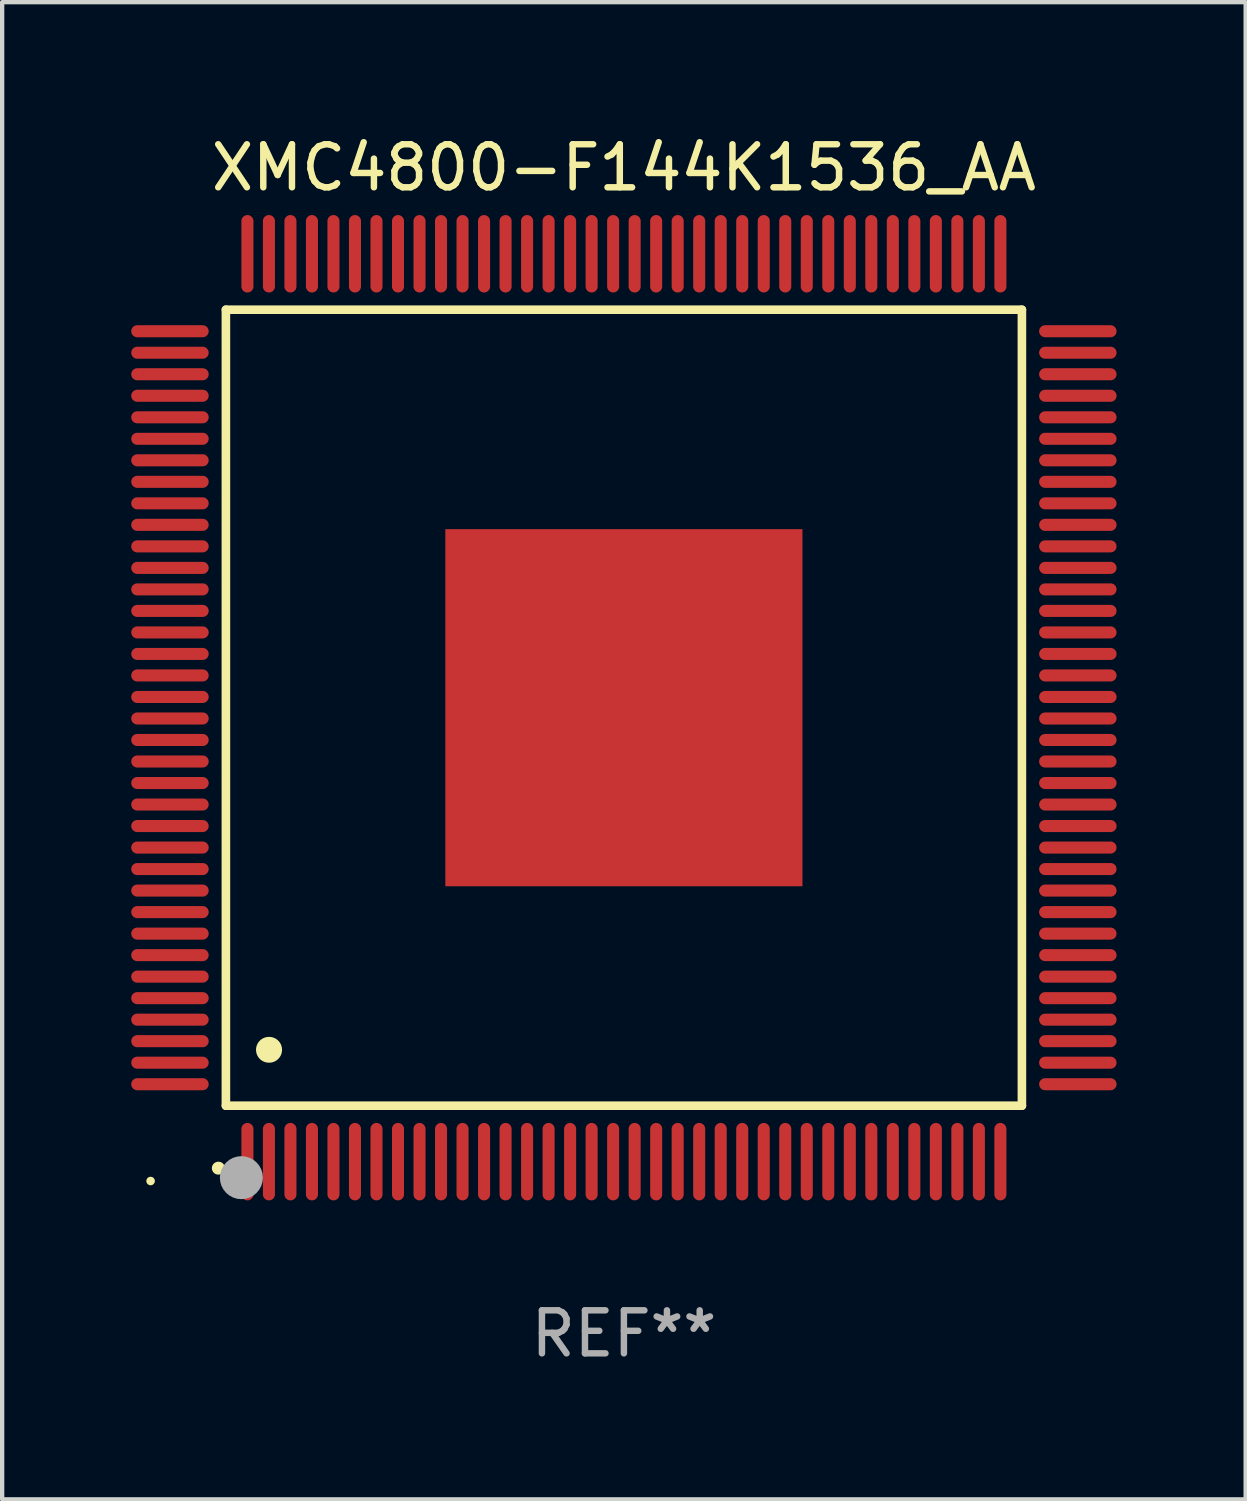
<source format=kicad_pcb>
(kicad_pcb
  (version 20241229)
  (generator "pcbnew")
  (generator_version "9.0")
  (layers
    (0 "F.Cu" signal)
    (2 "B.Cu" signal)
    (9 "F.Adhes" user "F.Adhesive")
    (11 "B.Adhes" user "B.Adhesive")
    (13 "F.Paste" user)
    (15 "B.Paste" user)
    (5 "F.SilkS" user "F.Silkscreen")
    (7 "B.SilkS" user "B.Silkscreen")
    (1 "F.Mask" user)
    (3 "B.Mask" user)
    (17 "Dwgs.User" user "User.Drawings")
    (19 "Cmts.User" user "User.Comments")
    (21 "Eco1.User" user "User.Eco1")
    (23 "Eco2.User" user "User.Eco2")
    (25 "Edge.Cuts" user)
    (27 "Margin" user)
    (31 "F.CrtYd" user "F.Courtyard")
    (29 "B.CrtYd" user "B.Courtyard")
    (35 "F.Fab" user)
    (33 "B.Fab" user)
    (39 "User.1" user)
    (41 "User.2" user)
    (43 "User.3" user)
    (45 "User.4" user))
  (footprint "XMC4800-F144K1536_AA"
    (layer "F.Cu")
    (at 11.45 13.398)
    (property "Reference" "XMC4800-F144K1536_AA" (at 0 -12.55 0) (layer "F.SilkS") (effects (font (size 1 1) (thickness 0.15))))
    (attr through_hole)
    (fp_line (start -9.25 -9.25) (end 9.25 -9.25) (stroke (width 0.2) (type solid)) (layer "F.SilkS"))
    (fp_line (start -9.25 9.25) (end -9.25 -9.25) (stroke (width 0.2) (type solid)) (layer "F.SilkS"))
    (fp_line (start 9.25 -9.25) (end 9.25 9.25) (stroke (width 0.2) (type solid)) (layer "F.SilkS"))
    (fp_line (start 9.25 9.25) (end -9.25 9.25) (stroke (width 0.2) (type solid)) (layer "F.SilkS"))
    (fp_arc (start -9.425959 10.701041) (mid -9.424689 10.701036) (end -9.423419 10.701041) (stroke (width 0.3) (type solid)) (layer "F.SilkS"))
    (fp_arc (start -8.249936 7.950216) (mid -8.247396 7.950205) (end -8.244856 7.950216) (stroke (width 0.6) (type solid)) (layer "F.SilkS"))
    (fp_circle (center -11 11) (end -10.95 11) (stroke (width 0.1) (type solid)) (fill no) (layer "F.SilkS"))
    (fp_circle (center -8.89 10.922) (end -8.64 10.922) (stroke (width 0.5) (type solid)) (fill no) (layer "F.Fab"))
    (fp_text user "REF**" (at 0 14.55 0) (layer "F.Fab") (effects (font (size 1 1) (thickness 0.15))))
    (pad "1" smd oval (at -8.75 10.55) (size 0.28 1.8) (layers "F.Cu" "F.Mask" "F.Paste"))
    (pad "2" smd oval (at -8.25 10.55) (size 0.28 1.8) (layers "F.Cu" "F.Mask" "F.Paste"))
    (pad "3" smd oval (at -7.75 10.55) (size 0.28 1.8) (layers "F.Cu" "F.Mask" "F.Paste"))
    (pad "4" smd oval (at -7.25 10.55) (size 0.28 1.8) (layers "F.Cu" "F.Mask" "F.Paste"))
    (pad "5" smd oval (at -6.75 10.55) (size 0.28 1.8) (layers "F.Cu" "F.Mask" "F.Paste"))
    (pad "6" smd oval (at -6.25 10.55) (size 0.28 1.8) (layers "F.Cu" "F.Mask" "F.Paste"))
    (pad "7" smd oval (at -5.75 10.55) (size 0.28 1.8) (layers "F.Cu" "F.Mask" "F.Paste"))
    (pad "8" smd oval (at -5.25 10.55) (size 0.28 1.8) (layers "F.Cu" "F.Mask" "F.Paste"))
    (pad "9" smd oval (at -4.75 10.55) (size 0.28 1.8) (layers "F.Cu" "F.Mask" "F.Paste"))
    (pad "10" smd oval (at -4.25 10.55) (size 0.28 1.8) (layers "F.Cu" "F.Mask" "F.Paste"))
    (pad "11" smd oval (at -3.75 10.55) (size 0.28 1.8) (layers "F.Cu" "F.Mask" "F.Paste"))
    (pad "12" smd oval (at -3.25 10.55) (size 0.28 1.8) (layers "F.Cu" "F.Mask" "F.Paste"))
    (pad "13" smd oval (at -2.75 10.55) (size 0.28 1.8) (layers "F.Cu" "F.Mask" "F.Paste"))
    (pad "14" smd oval (at -2.25 10.55) (size 0.28 1.8) (layers "F.Cu" "F.Mask" "F.Paste"))
    (pad "15" smd oval (at -1.75 10.55) (size 0.28 1.8) (layers "F.Cu" "F.Mask" "F.Paste"))
    (pad "16" smd oval (at -1.25 10.55) (size 0.28 1.8) (layers "F.Cu" "F.Mask" "F.Paste"))
    (pad "17" smd oval (at -0.75 10.55) (size 0.28 1.8) (layers "F.Cu" "F.Mask" "F.Paste"))
    (pad "18" smd oval (at -0.25 10.55) (size 0.28 1.8) (layers "F.Cu" "F.Mask" "F.Paste"))
    (pad "19" smd oval (at 0.25 10.55) (size 0.28 1.8) (layers "F.Cu" "F.Mask" "F.Paste"))
    (pad "20" smd oval (at 0.75 10.55) (size 0.28 1.8) (layers "F.Cu" "F.Mask" "F.Paste"))
    (pad "21" smd oval (at 1.25 10.55) (size 0.28 1.8) (layers "F.Cu" "F.Mask" "F.Paste"))
    (pad "22" smd oval (at 1.75 10.55) (size 0.28 1.8) (layers "F.Cu" "F.Mask" "F.Paste"))
    (pad "23" smd oval (at 2.25 10.55) (size 0.28 1.8) (layers "F.Cu" "F.Mask" "F.Paste"))
    (pad "24" smd oval (at 2.75 10.55) (size 0.28 1.8) (layers "F.Cu" "F.Mask" "F.Paste"))
    (pad "25" smd oval (at 3.25 10.55) (size 0.28 1.8) (layers "F.Cu" "F.Mask" "F.Paste"))
    (pad "26" smd oval (at 3.75 10.55) (size 0.28 1.8) (layers "F.Cu" "F.Mask" "F.Paste"))
    (pad "27" smd oval (at 4.25 10.55) (size 0.28 1.8) (layers "F.Cu" "F.Mask" "F.Paste"))
    (pad "28" smd oval (at 4.75 10.55) (size 0.28 1.8) (layers "F.Cu" "F.Mask" "F.Paste"))
    (pad "29" smd oval (at 5.25 10.55) (size 0.28 1.8) (layers "F.Cu" "F.Mask" "F.Paste"))
    (pad "30" smd oval (at 5.75 10.55) (size 0.28 1.8) (layers "F.Cu" "F.Mask" "F.Paste"))
    (pad "31" smd oval (at 6.25 10.55) (size 0.28 1.8) (layers "F.Cu" "F.Mask" "F.Paste"))
    (pad "32" smd oval (at 6.75 10.55) (size 0.28 1.8) (layers "F.Cu" "F.Mask" "F.Paste"))
    (pad "33" smd oval (at 7.25 10.55) (size 0.28 1.8) (layers "F.Cu" "F.Mask" "F.Paste"))
    (pad "34" smd oval (at 7.75 10.55) (size 0.28 1.8) (layers "F.Cu" "F.Mask" "F.Paste"))
    (pad "35" smd oval (at 8.25 10.55) (size 0.28 1.8) (layers "F.Cu" "F.Mask" "F.Paste"))
    (pad "36" smd oval (at 8.75 10.55) (size 0.28 1.8) (layers "F.Cu" "F.Mask" "F.Paste"))
    (pad "37" smd oval (at 10.55 8.75) (size 1.8 0.28) (layers "F.Cu" "F.Mask" "F.Paste"))
    (pad "38" smd oval (at 10.55 8.25) (size 1.8 0.28) (layers "F.Cu" "F.Mask" "F.Paste"))
    (pad "39" smd oval (at 10.55 7.75) (size 1.8 0.28) (layers "F.Cu" "F.Mask" "F.Paste"))
    (pad "40" smd oval (at 10.55 7.25) (size 1.8 0.28) (layers "F.Cu" "F.Mask" "F.Paste"))
    (pad "41" smd oval (at 10.55 6.75) (size 1.8 0.28) (layers "F.Cu" "F.Mask" "F.Paste"))
    (pad "42" smd oval (at 10.55 6.25) (size 1.8 0.28) (layers "F.Cu" "F.Mask" "F.Paste"))
    (pad "43" smd oval (at 10.55 5.75) (size 1.8 0.28) (layers "F.Cu" "F.Mask" "F.Paste"))
    (pad "44" smd oval (at 10.55 5.25) (size 1.8 0.28) (layers "F.Cu" "F.Mask" "F.Paste"))
    (pad "45" smd oval (at 10.55 4.75) (size 1.8 0.28) (layers "F.Cu" "F.Mask" "F.Paste"))
    (pad "46" smd oval (at 10.55 4.25) (size 1.8 0.28) (layers "F.Cu" "F.Mask" "F.Paste"))
    (pad "47" smd oval (at 10.55 3.75) (size 1.8 0.28) (layers "F.Cu" "F.Mask" "F.Paste"))
    (pad "48" smd oval (at 10.55 3.25) (size 1.8 0.28) (layers "F.Cu" "F.Mask" "F.Paste"))
    (pad "49" smd oval (at 10.55 2.75) (size 1.8 0.28) (layers "F.Cu" "F.Mask" "F.Paste"))
    (pad "50" smd oval (at 10.55 2.25) (size 1.8 0.28) (layers "F.Cu" "F.Mask" "F.Paste"))
    (pad "51" smd oval (at 10.55 1.75) (size 1.8 0.28) (layers "F.Cu" "F.Mask" "F.Paste"))
    (pad "52" smd oval (at 10.55 1.25) (size 1.8 0.28) (layers "F.Cu" "F.Mask" "F.Paste"))
    (pad "53" smd oval (at 10.55 0.75) (size 1.8 0.28) (layers "F.Cu" "F.Mask" "F.Paste"))
    (pad "54" smd oval (at 10.55 0.25) (size 1.8 0.28) (layers "F.Cu" "F.Mask" "F.Paste"))
    (pad "55" smd oval (at 10.55 -0.25) (size 1.8 0.28) (layers "F.Cu" "F.Mask" "F.Paste"))
    (pad "56" smd oval (at 10.55 -0.75) (size 1.8 0.28) (layers "F.Cu" "F.Mask" "F.Paste"))
    (pad "57" smd oval (at 10.55 -1.25) (size 1.8 0.28) (layers "F.Cu" "F.Mask" "F.Paste"))
    (pad "58" smd oval (at 10.55 -1.75) (size 1.8 0.28) (layers "F.Cu" "F.Mask" "F.Paste"))
    (pad "59" smd oval (at 10.55 -2.25) (size 1.8 0.28) (layers "F.Cu" "F.Mask" "F.Paste"))
    (pad "60" smd oval (at 10.55 -2.75) (size 1.8 0.28) (layers "F.Cu" "F.Mask" "F.Paste"))
    (pad "61" smd oval (at 10.55 -3.25) (size 1.8 0.28) (layers "F.Cu" "F.Mask" "F.Paste"))
    (pad "62" smd oval (at 10.55 -3.75) (size 1.8 0.28) (layers "F.Cu" "F.Mask" "F.Paste"))
    (pad "63" smd oval (at 10.55 -4.25) (size 1.8 0.28) (layers "F.Cu" "F.Mask" "F.Paste"))
    (pad "64" smd oval (at 10.55 -4.75) (size 1.8 0.28) (layers "F.Cu" "F.Mask" "F.Paste"))
    (pad "65" smd oval (at 10.55 -5.25) (size 1.8 0.28) (layers "F.Cu" "F.Mask" "F.Paste"))
    (pad "66" smd oval (at 10.55 -5.75) (size 1.8 0.28) (layers "F.Cu" "F.Mask" "F.Paste"))
    (pad "67" smd oval (at 10.55 -6.25) (size 1.8 0.28) (layers "F.Cu" "F.Mask" "F.Paste"))
    (pad "68" smd oval (at 10.55 -6.75) (size 1.8 0.28) (layers "F.Cu" "F.Mask" "F.Paste"))
    (pad "69" smd oval (at 10.55 -7.25) (size 1.8 0.28) (layers "F.Cu" "F.Mask" "F.Paste"))
    (pad "70" smd oval (at 10.55 -7.75) (size 1.8 0.28) (layers "F.Cu" "F.Mask" "F.Paste"))
    (pad "71" smd oval (at 10.55 -8.25) (size 1.8 0.28) (layers "F.Cu" "F.Mask" "F.Paste"))
    (pad "72" smd oval (at 10.55 -8.75) (size 1.8 0.28) (layers "F.Cu" "F.Mask" "F.Paste"))
    (pad "73" smd oval (at 8.75 -10.55) (size 0.28 1.8) (layers "F.Cu" "F.Mask" "F.Paste"))
    (pad "74" smd oval (at 8.25 -10.55) (size 0.28 1.8) (layers "F.Cu" "F.Mask" "F.Paste"))
    (pad "75" smd oval (at 7.75 -10.55) (size 0.28 1.8) (layers "F.Cu" "F.Mask" "F.Paste"))
    (pad "76" smd oval (at 7.25 -10.55) (size 0.28 1.8) (layers "F.Cu" "F.Mask" "F.Paste"))
    (pad "77" smd oval (at 6.75 -10.55) (size 0.28 1.8) (layers "F.Cu" "F.Mask" "F.Paste"))
    (pad "78" smd oval (at 6.25 -10.55) (size 0.28 1.8) (layers "F.Cu" "F.Mask" "F.Paste"))
    (pad "79" smd oval (at 5.75 -10.55) (size 0.28 1.8) (layers "F.Cu" "F.Mask" "F.Paste"))
    (pad "80" smd oval (at 5.25 -10.55) (size 0.28 1.8) (layers "F.Cu" "F.Mask" "F.Paste"))
    (pad "81" smd oval (at 4.75 -10.55) (size 0.28 1.8) (layers "F.Cu" "F.Mask" "F.Paste"))
    (pad "82" smd oval (at 4.25 -10.55) (size 0.28 1.8) (layers "F.Cu" "F.Mask" "F.Paste"))
    (pad "83" smd oval (at 3.75 -10.55) (size 0.28 1.8) (layers "F.Cu" "F.Mask" "F.Paste"))
    (pad "84" smd oval (at 3.25 -10.55) (size 0.28 1.8) (layers "F.Cu" "F.Mask" "F.Paste"))
    (pad "85" smd oval (at 2.75 -10.55) (size 0.28 1.8) (layers "F.Cu" "F.Mask" "F.Paste"))
    (pad "86" smd oval (at 2.25 -10.55) (size 0.28 1.8) (layers "F.Cu" "F.Mask" "F.Paste"))
    (pad "87" smd oval (at 1.75 -10.55) (size 0.28 1.8) (layers "F.Cu" "F.Mask" "F.Paste"))
    (pad "88" smd oval (at 1.25 -10.55) (size 0.28 1.8) (layers "F.Cu" "F.Mask" "F.Paste"))
    (pad "89" smd oval (at 0.75 -10.55) (size 0.28 1.8) (layers "F.Cu" "F.Mask" "F.Paste"))
    (pad "90" smd oval (at 0.25 -10.55) (size 0.28 1.8) (layers "F.Cu" "F.Mask" "F.Paste"))
    (pad "91" smd oval (at -0.25 -10.55) (size 0.28 1.8) (layers "F.Cu" "F.Mask" "F.Paste"))
    (pad "92" smd oval (at -0.75 -10.55) (size 0.28 1.8) (layers "F.Cu" "F.Mask" "F.Paste"))
    (pad "93" smd oval (at -1.25 -10.55) (size 0.28 1.8) (layers "F.Cu" "F.Mask" "F.Paste"))
    (pad "94" smd oval (at -1.75 -10.55) (size 0.28 1.8) (layers "F.Cu" "F.Mask" "F.Paste"))
    (pad "95" smd oval (at -2.25 -10.55) (size 0.28 1.8) (layers "F.Cu" "F.Mask" "F.Paste"))
    (pad "96" smd oval (at -2.75 -10.55) (size 0.28 1.8) (layers "F.Cu" "F.Mask" "F.Paste"))
    (pad "97" smd oval (at -3.25 -10.55) (size 0.28 1.8) (layers "F.Cu" "F.Mask" "F.Paste"))
    (pad "98" smd oval (at -3.75 -10.55) (size 0.28 1.8) (layers "F.Cu" "F.Mask" "F.Paste"))
    (pad "99" smd oval (at -4.25 -10.55) (size 0.28 1.8) (layers "F.Cu" "F.Mask" "F.Paste"))
    (pad "100" smd oval (at -4.75 -10.55) (size 0.28 1.8) (layers "F.Cu" "F.Mask" "F.Paste"))
    (pad "101" smd oval (at -5.25 -10.55) (size 0.28 1.8) (layers "F.Cu" "F.Mask" "F.Paste"))
    (pad "102" smd oval (at -5.75 -10.55) (size 0.28 1.8) (layers "F.Cu" "F.Mask" "F.Paste"))
    (pad "103" smd oval (at -6.25 -10.55) (size 0.28 1.8) (layers "F.Cu" "F.Mask" "F.Paste"))
    (pad "104" smd oval (at -6.75 -10.55) (size 0.28 1.8) (layers "F.Cu" "F.Mask" "F.Paste"))
    (pad "105" smd oval (at -7.25 -10.55) (size 0.28 1.8) (layers "F.Cu" "F.Mask" "F.Paste"))
    (pad "106" smd oval (at -7.75 -10.55) (size 0.28 1.8) (layers "F.Cu" "F.Mask" "F.Paste"))
    (pad "107" smd oval (at -8.25 -10.55) (size 0.28 1.8) (layers "F.Cu" "F.Mask" "F.Paste"))
    (pad "108" smd oval (at -8.75 -10.55) (size 0.28 1.8) (layers "F.Cu" "F.Mask" "F.Paste"))
    (pad "109" smd oval (at -10.55 -8.75) (size 1.8 0.28) (layers "F.Cu" "F.Mask" "F.Paste"))
    (pad "110" smd oval (at -10.55 -8.25) (size 1.8 0.28) (layers "F.Cu" "F.Mask" "F.Paste"))
    (pad "111" smd oval (at -10.55 -7.75) (size 1.8 0.28) (layers "F.Cu" "F.Mask" "F.Paste"))
    (pad "112" smd oval (at -10.55 -7.25) (size 1.8 0.28) (layers "F.Cu" "F.Mask" "F.Paste"))
    (pad "113" smd oval (at -10.55 -6.75) (size 1.8 0.28) (layers "F.Cu" "F.Mask" "F.Paste"))
    (pad "114" smd oval (at -10.55 -6.25) (size 1.8 0.28) (layers "F.Cu" "F.Mask" "F.Paste"))
    (pad "115" smd oval (at -10.55 -5.75) (size 1.8 0.28) (layers "F.Cu" "F.Mask" "F.Paste"))
    (pad "116" smd oval (at -10.55 -5.25) (size 1.8 0.28) (layers "F.Cu" "F.Mask" "F.Paste"))
    (pad "117" smd oval (at -10.55 -4.75) (size 1.8 0.28) (layers "F.Cu" "F.Mask" "F.Paste"))
    (pad "118" smd oval (at -10.55 -4.25) (size 1.8 0.28) (layers "F.Cu" "F.Mask" "F.Paste"))
    (pad "119" smd oval (at -10.55 -3.75) (size 1.8 0.28) (layers "F.Cu" "F.Mask" "F.Paste"))
    (pad "120" smd oval (at -10.55 -3.25) (size 1.8 0.28) (layers "F.Cu" "F.Mask" "F.Paste"))
    (pad "121" smd oval (at -10.55 -2.75) (size 1.8 0.28) (layers "F.Cu" "F.Mask" "F.Paste"))
    (pad "122" smd oval (at -10.55 -2.25) (size 1.8 0.28) (layers "F.Cu" "F.Mask" "F.Paste"))
    (pad "123" smd oval (at -10.55 -1.75) (size 1.8 0.28) (layers "F.Cu" "F.Mask" "F.Paste"))
    (pad "124" smd oval (at -10.55 -1.25) (size 1.8 0.28) (layers "F.Cu" "F.Mask" "F.Paste"))
    (pad "125" smd oval (at -10.55 -0.75) (size 1.8 0.28) (layers "F.Cu" "F.Mask" "F.Paste"))
    (pad "126" smd oval (at -10.55 -0.25) (size 1.8 0.28) (layers "F.Cu" "F.Mask" "F.Paste"))
    (pad "127" smd oval (at -10.55 0.25) (size 1.8 0.28) (layers "F.Cu" "F.Mask" "F.Paste"))
    (pad "128" smd oval (at -10.55 0.75) (size 1.8 0.28) (layers "F.Cu" "F.Mask" "F.Paste"))
    (pad "129" smd oval (at -10.55 1.25) (size 1.8 0.28) (layers "F.Cu" "F.Mask" "F.Paste"))
    (pad "130" smd oval (at -10.55 1.75) (size 1.8 0.28) (layers "F.Cu" "F.Mask" "F.Paste"))
    (pad "131" smd oval (at -10.55 2.25) (size 1.8 0.28) (layers "F.Cu" "F.Mask" "F.Paste"))
    (pad "132" smd oval (at -10.55 2.75) (size 1.8 0.28) (layers "F.Cu" "F.Mask" "F.Paste"))
    (pad "133" smd oval (at -10.55 3.25) (size 1.8 0.28) (layers "F.Cu" "F.Mask" "F.Paste"))
    (pad "134" smd oval (at -10.55 3.75) (size 1.8 0.28) (layers "F.Cu" "F.Mask" "F.Paste"))
    (pad "135" smd oval (at -10.55 4.25) (size 1.8 0.28) (layers "F.Cu" "F.Mask" "F.Paste"))
    (pad "136" smd oval (at -10.55 4.75) (size 1.8 0.28) (layers "F.Cu" "F.Mask" "F.Paste"))
    (pad "137" smd oval (at -10.55 5.25) (size 1.8 0.28) (layers "F.Cu" "F.Mask" "F.Paste"))
    (pad "138" smd oval (at -10.55 5.75) (size 1.8 0.28) (layers "F.Cu" "F.Mask" "F.Paste"))
    (pad "139" smd oval (at -10.55 6.25) (size 1.8 0.28) (layers "F.Cu" "F.Mask" "F.Paste"))
    (pad "140" smd oval (at -10.55 6.75) (size 1.8 0.28) (layers "F.Cu" "F.Mask" "F.Paste"))
    (pad "141" smd oval (at -10.55 7.25) (size 1.8 0.28) (layers "F.Cu" "F.Mask" "F.Paste"))
    (pad "142" smd oval (at -10.55 7.75) (size 1.8 0.28) (layers "F.Cu" "F.Mask" "F.Paste"))
    (pad "143" smd oval (at -10.55 8.25) (size 1.8 0.28) (layers "F.Cu" "F.Mask" "F.Paste"))
    (pad "144" smd oval (at -10.55 8.75) (size 1.8 0.28) (layers "F.Cu" "F.Mask" "F.Paste"))
    (pad "145" smd rect (at 0 0) (size 8.3 8.3) (layers "F.Cu" "F.Mask" "F.Paste")))
  (gr_rect
    (start -3 -3)
    (end 25.9 31.796)
    (stroke (width 0.1) (type default))
    (fill no)
    (layer "Edge.Cuts")))
</source>
